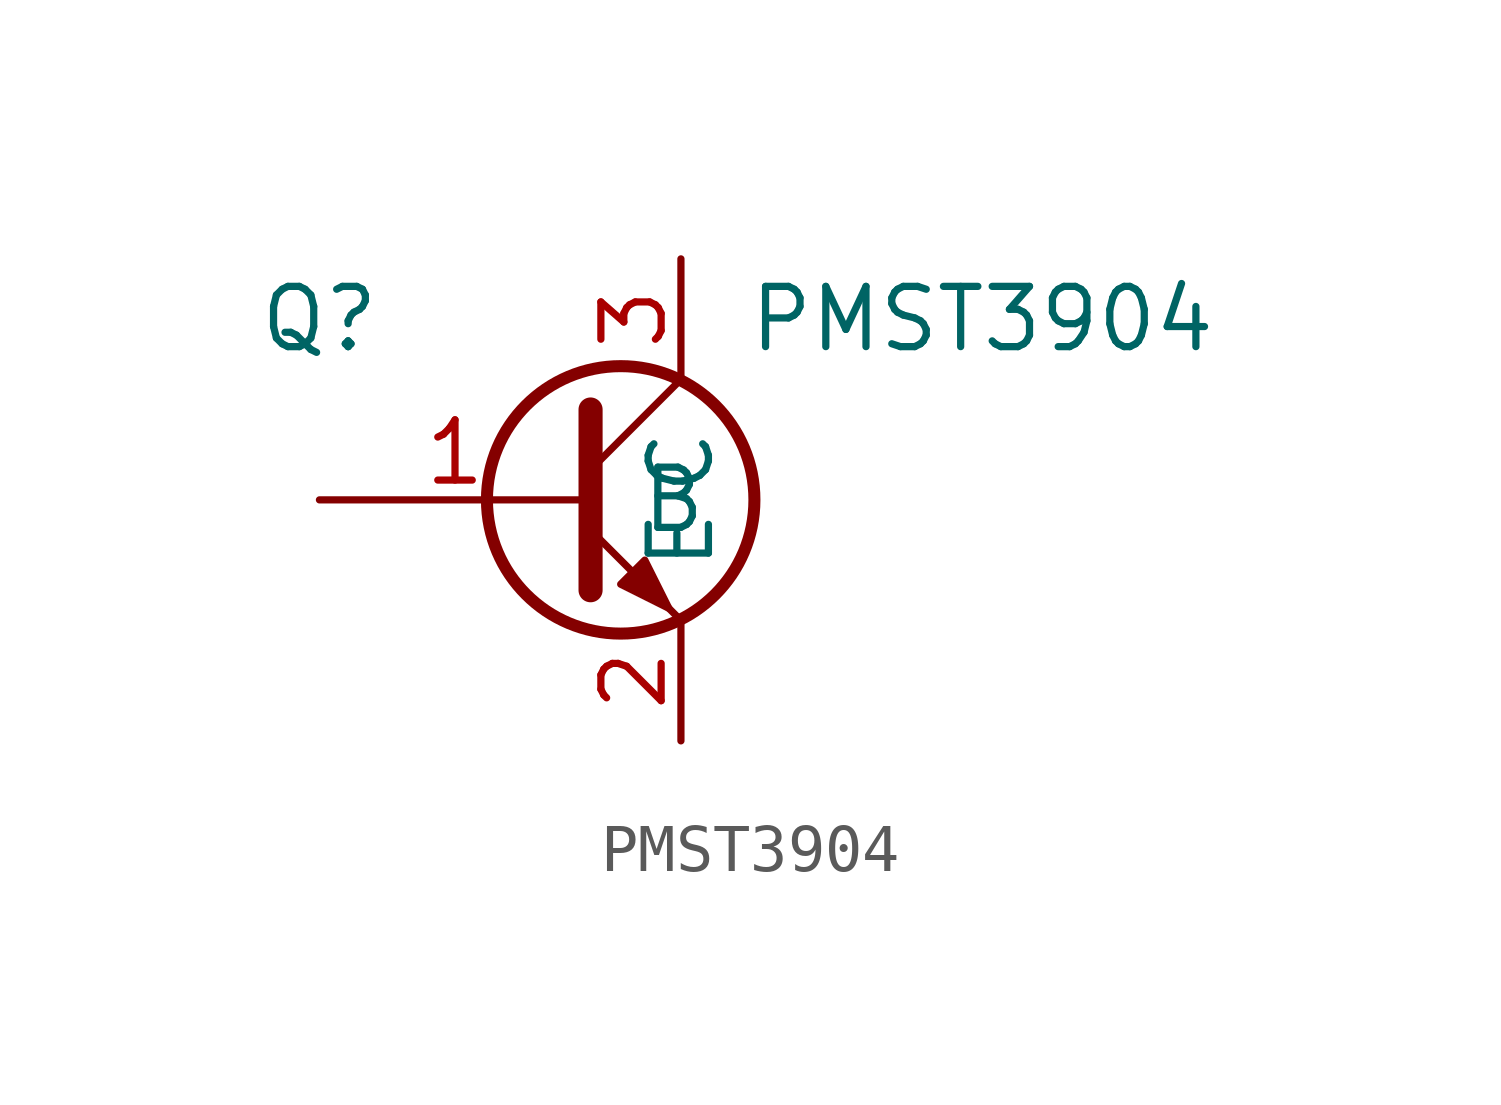
<source format=kicad_sym>
(kicad_symbol_lib
  (version 20211014)
  (generator kicad_symbol_editor)
  (symbol "PMST3904"
    (pin_names
      (offset 1.016))
    (property "Reference" "Q"
      (at -6.35 3.81 0)
      (effects (font (size 1.27 1.27))))
    (property "Value" "PMST3904"
      (at 7.62 3.81 0)
      (effects (font (size 1.27 1.27))))
    (symbol "PMST3904_1_1"
      (polyline (pts (xy -0.635 0.635) (xy 1.27 2.54)) (stroke (width 0) (type default) (color 0 0 0 0)) (fill (type none)))
      (polyline (pts (xy -0.635 -0.635) (xy 1.27 -2.54) (xy 1.27 -2.54)) (stroke (width 0) (type default) (color 0 0 0 0)) (fill (type none)))
      (polyline (pts (xy -0.635 1.905) (xy -0.635 -1.905) (xy -0.635 -1.905)) (stroke (width 0.508) (type default) (color 0 0 0 0)) (fill (type none)))
      (polyline (pts (xy 0 -1.778) (xy 0.508 -1.27) (xy 1.016 -2.286) (xy 0 -1.778) (xy 0 -1.778)) (stroke (width 0) (type default) (color 0 0 0 0)) (fill (type outline)))
      (circle (center 0 0) (radius 2.819) (stroke (width 0.254) (type default) (color 0 0 0 0)) (fill (type none)))
      (pin input line (at -6.35 0 0) (length 5.715) (name "B" (effects (font (size 1.27 1.27)))) (number "1" (effects (font (size 1.27 1.27)))))
      (pin passive line (at 1.27 -5.08 90) (length 2.54) (name "E" (effects (font (size 1.27 1.27)))) (number "2" (effects (font (size 1.27 1.27)))))
      (pin passive line (at 1.27 5.08 270) (length 2.54) (name "C" (effects (font (size 1.27 1.27)))) (number "3" (effects (font (size 1.27 1.27))))))))
</source>
